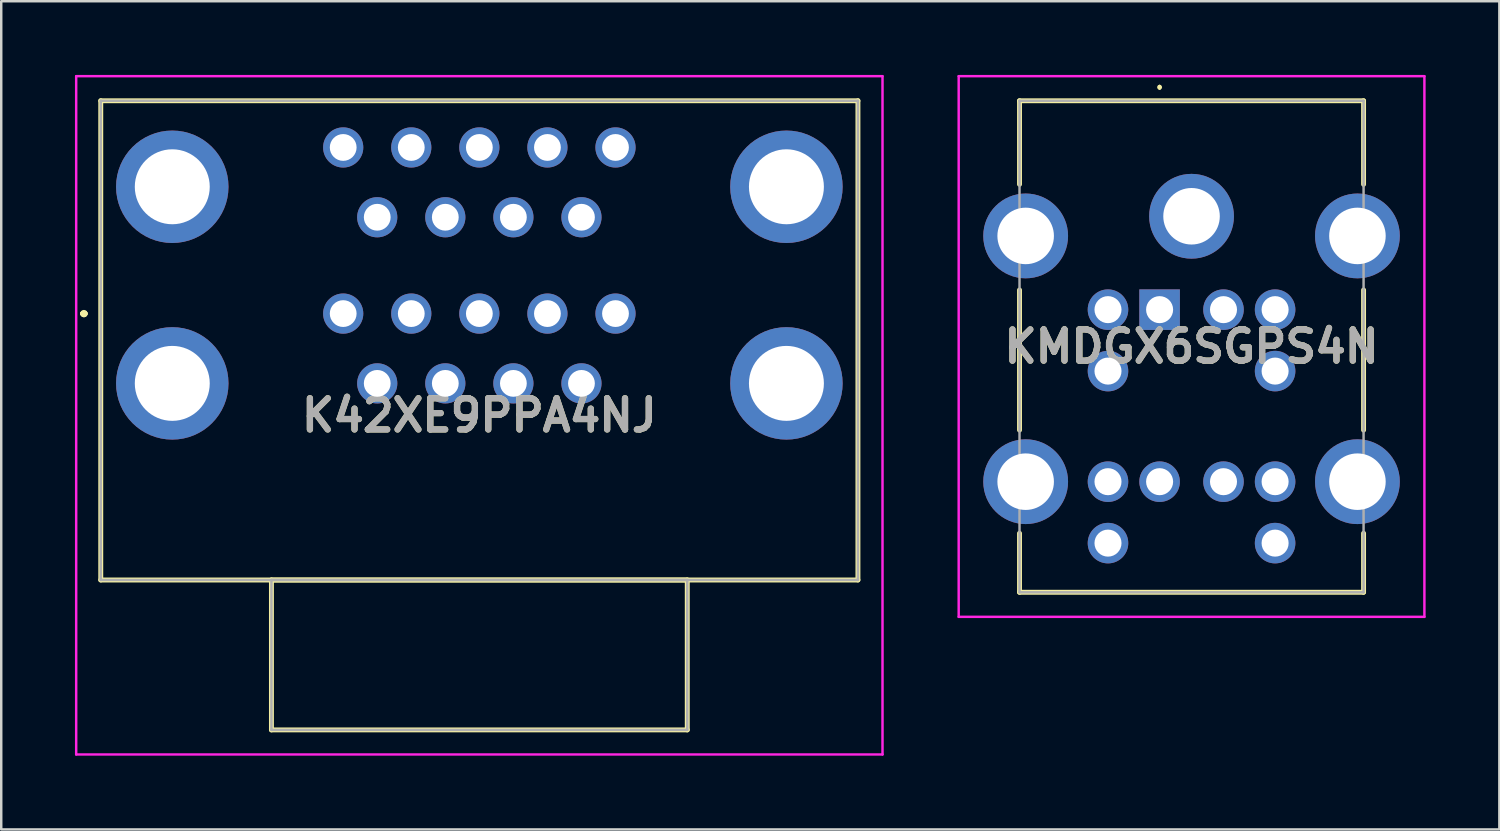
<source format=kicad_pcb>
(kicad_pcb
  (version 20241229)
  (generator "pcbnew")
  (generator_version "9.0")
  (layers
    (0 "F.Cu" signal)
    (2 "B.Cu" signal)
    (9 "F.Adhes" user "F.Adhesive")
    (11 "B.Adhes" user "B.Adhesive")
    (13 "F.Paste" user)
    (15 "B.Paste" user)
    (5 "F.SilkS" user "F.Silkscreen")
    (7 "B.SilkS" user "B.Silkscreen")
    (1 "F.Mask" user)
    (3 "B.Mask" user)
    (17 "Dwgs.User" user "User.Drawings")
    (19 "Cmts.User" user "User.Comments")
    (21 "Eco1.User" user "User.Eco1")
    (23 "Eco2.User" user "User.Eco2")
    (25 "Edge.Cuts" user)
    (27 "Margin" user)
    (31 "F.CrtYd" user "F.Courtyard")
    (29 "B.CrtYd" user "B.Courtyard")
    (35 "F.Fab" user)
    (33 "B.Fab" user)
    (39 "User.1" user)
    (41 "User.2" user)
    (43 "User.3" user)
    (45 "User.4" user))
  (footprint "K42XE9PPA4NJ"
    (layer "F.Cu")
    (at 10.915 9.71)
    (property "Reference" "K42XE9PPA4NJ" (at 5.54 4.14 0) (layer "F.SilkS") (effects (font (size 1.27 1.27) (thickness 0.254))))
    (attr through_hole)
    (fp_line (start -10.6 0) (end -10.6 0) (stroke (width 0.2) (type solid)) (layer "F.SilkS"))
    (fp_line (start -10.6 0) (end -10.6 0) (stroke (width 0.2) (type solid)) (layer "F.SilkS"))
    (fp_line (start -10.5 0) (end -10.5 0) (stroke (width 0.2) (type solid)) (layer "F.SilkS"))
    (fp_line (start -9.865 -8.66) (end -9.865 10.84) (stroke (width 0.2) (type solid)) (layer "F.SilkS"))
    (fp_line (start -9.865 10.84) (end 20.945 10.84) (stroke (width 0.2) (type solid)) (layer "F.SilkS"))
    (fp_line (start -2.92 10.84) (end 14 10.84) (stroke (width 0.2) (type solid)) (layer "F.SilkS"))
    (fp_line (start -2.92 16.94) (end -2.92 10.84) (stroke (width 0.2) (type solid)) (layer "F.SilkS"))
    (fp_line (start 14 10.84) (end 14 16.94) (stroke (width 0.2) (type solid)) (layer "F.SilkS"))
    (fp_line (start 14 16.94) (end -2.92 16.94) (stroke (width 0.2) (type solid)) (layer "F.SilkS"))
    (fp_line (start 20.945 -8.66) (end -9.865 -8.66) (stroke (width 0.2) (type solid)) (layer "F.SilkS"))
    (fp_line (start 20.945 10.84) (end 20.945 -8.66) (stroke (width 0.2) (type solid)) (layer "F.SilkS"))
    (fp_arc (start -10.6 0) (mid -10.55 -0.05) (end -10.5 0) (stroke (width 0.2) (type solid)) (layer "F.SilkS"))
    (fp_arc (start -10.5 0) (mid -10.55 0.05) (end -10.6 0) (stroke (width 0.2) (type solid)) (layer "F.SilkS"))
    (fp_arc (start -10.5 0) (mid -10.55 0.05) (end -10.6 0) (stroke (width 0.2) (type solid)) (layer "F.SilkS"))
    (fp_line (start -10.865 -9.66) (end 21.945 -9.66) (stroke (width 0.1) (type solid)) (layer "F.CrtYd"))
    (fp_line (start -10.865 17.94) (end -10.865 -9.66) (stroke (width 0.1) (type solid)) (layer "F.CrtYd"))
    (fp_line (start 21.945 -9.66) (end 21.945 17.94) (stroke (width 0.1) (type solid)) (layer "F.CrtYd"))
    (fp_line (start 21.945 17.94) (end -10.865 17.94) (stroke (width 0.1) (type solid)) (layer "F.CrtYd"))
    (fp_line (start -9.865 -8.66) (end -9.865 10.84) (stroke (width 0.1) (type solid)) (layer "F.Fab"))
    (fp_line (start -9.865 10.84) (end 20.945 10.84) (stroke (width 0.1) (type solid)) (layer "F.Fab"))
    (fp_line (start -2.92 10.84) (end 14 10.84) (stroke (width 0.1) (type solid)) (layer "F.Fab"))
    (fp_line (start -2.92 16.94) (end -2.92 10.84) (stroke (width 0.1) (type solid)) (layer "F.Fab"))
    (fp_line (start 14 10.84) (end 14 16.94) (stroke (width 0.1) (type solid)) (layer "F.Fab"))
    (fp_line (start 14 16.94) (end -2.92 16.94) (stroke (width 0.1) (type solid)) (layer "F.Fab"))
    (fp_line (start 20.945 -8.66) (end -9.865 -8.66) (stroke (width 0.1) (type solid)) (layer "F.Fab"))
    (fp_line (start 20.945 10.84) (end 20.945 -8.66) (stroke (width 0.1) (type solid)) (layer "F.Fab"))
    (fp_text user "${REFERENCE}" (at 5.54 4.14 0) (layer "F.Fab") (effects (font (size 1.27 1.27) (thickness 0.254))))
    (pad "A1" thru_hole circle (at 0 0) (size 1.635 1.635) (drill 1.09) (layers "*.Cu" "*.Mask"))
    (pad "A2" thru_hole circle (at 2.77 0) (size 1.635 1.635) (drill 1.09) (layers "*.Cu" "*.Mask"))
    (pad "A3" thru_hole circle (at 5.54 0) (size 1.635 1.635) (drill 1.09) (layers "*.Cu" "*.Mask"))
    (pad "A4" thru_hole circle (at 8.31 0) (size 1.635 1.635) (drill 1.09) (layers "*.Cu" "*.Mask"))
    (pad "A5" thru_hole circle (at 11.08 0) (size 1.635 1.635) (drill 1.09) (layers "*.Cu" "*.Mask"))
    (pad "A6" thru_hole circle (at 1.385 2.84) (size 1.635 1.635) (drill 1.09) (layers "*.Cu" "*.Mask"))
    (pad "A7" thru_hole circle (at 4.155 2.84) (size 1.635 1.635) (drill 1.09) (layers "*.Cu" "*.Mask"))
    (pad "A8" thru_hole circle (at 6.925 2.84) (size 1.635 1.635) (drill 1.09) (layers "*.Cu" "*.Mask"))
    (pad "A9" thru_hole circle (at 9.695 2.84) (size 1.635 1.635) (drill 1.09) (layers "*.Cu" "*.Mask"))
    (pad "B1" thru_hole circle (at 0 -6.76) (size 1.635 1.635) (drill 1.09) (layers "*.Cu" "*.Mask"))
    (pad "B2" thru_hole circle (at 2.77 -6.76) (size 1.635 1.635) (drill 1.09) (layers "*.Cu" "*.Mask"))
    (pad "B3" thru_hole circle (at 5.54 -6.76) (size 1.635 1.635) (drill 1.09) (layers "*.Cu" "*.Mask"))
    (pad "B4" thru_hole circle (at 8.31 -6.76) (size 1.635 1.635) (drill 1.09) (layers "*.Cu" "*.Mask"))
    (pad "B5" thru_hole circle (at 11.08 -6.76) (size 1.635 1.635) (drill 1.09) (layers "*.Cu" "*.Mask"))
    (pad "B6" thru_hole circle (at 1.385 -3.92) (size 1.635 1.635) (drill 1.09) (layers "*.Cu" "*.Mask"))
    (pad "B7" thru_hole circle (at 4.155 -3.92) (size 1.635 1.635) (drill 1.09) (layers "*.Cu" "*.Mask"))
    (pad "B8" thru_hole circle (at 6.925 -3.92) (size 1.635 1.635) (drill 1.09) (layers "*.Cu" "*.Mask"))
    (pad "B9" thru_hole circle (at 9.695 -3.92) (size 1.635 1.635) (drill 1.09) (layers "*.Cu" "*.Mask"))
    (pad "MH1" thru_hole circle (at -6.955 -5.16) (size 4.575 4.575) (drill 3.05) (layers "*.Cu" "*.Mask"))
    (pad "MH2" thru_hole circle (at 18.035 -5.16) (size 4.575 4.575) (drill 3.05) (layers "*.Cu" "*.Mask"))
    (pad "MH3" thru_hole circle (at -6.955 2.84) (size 4.575 4.575) (drill 3.05) (layers "*.Cu" "*.Mask"))
    (pad "MH4" thru_hole circle (at 18.035 2.84) (size 4.575 4.575) (drill 3.05) (layers "*.Cu" "*.Mask")))
  (footprint "KMDGX6SGPS4N"
    (layer "F.Cu")
    (at 44.135 9.55)
    (property "Reference" "KMDGX6SGPS4N" (at 1.3 1.5 0) (layer "F.SilkS") (effects (font (size 1.27 1.27) (thickness 0.254))))
    (attr through_hole)
    (fp_line (start -5.7 -8.5) (end -5.7 -5.1) (stroke (width 0.2) (type solid)) (layer "F.SilkS"))
    (fp_line (start -5.7 -0.8) (end -5.7 4.9) (stroke (width 0.2) (type solid)) (layer "F.SilkS"))
    (fp_line (start -5.7 11.5) (end -5.7 9.1) (stroke (width 0.2) (type solid)) (layer "F.SilkS"))
    (fp_line (start 0 -9.1) (end 0 -9.1) (stroke (width 0.1) (type solid)) (layer "F.SilkS"))
    (fp_line (start 0 -9) (end 0 -9) (stroke (width 0.1) (type solid)) (layer "F.SilkS"))
    (fp_line (start 8.3 -8.5) (end -5.7 -8.5) (stroke (width 0.2) (type solid)) (layer "F.SilkS"))
    (fp_line (start 8.3 -5.1) (end 8.3 -8.5) (stroke (width 0.2) (type solid)) (layer "F.SilkS"))
    (fp_line (start 8.3 -0.8) (end 8.3 4.9) (stroke (width 0.2) (type solid)) (layer "F.SilkS"))
    (fp_line (start 8.3 9.1) (end 8.3 11.5) (stroke (width 0.2) (type solid)) (layer "F.SilkS"))
    (fp_line (start 8.3 11.5) (end -5.7 11.5) (stroke (width 0.2) (type solid)) (layer "F.SilkS"))
    (fp_arc (start 0 -9.1) (mid 0.05 -9.05) (end 0 -9) (stroke (width 0.1) (type solid)) (layer "F.SilkS"))
    (fp_arc (start 0 -9) (mid -0.05 -9.05) (end 0 -9.1) (stroke (width 0.1) (type solid)) (layer "F.SilkS"))
    (fp_line (start -8.175 -9.5) (end -8.175 12.5) (stroke (width 0.1) (type solid)) (layer "F.CrtYd"))
    (fp_line (start -8.175 12.5) (end 10.775 12.5) (stroke (width 0.1) (type solid)) (layer "F.CrtYd"))
    (fp_line (start 10.775 -9.5) (end -8.175 -9.5) (stroke (width 0.1) (type solid)) (layer "F.CrtYd"))
    (fp_line (start 10.775 12.5) (end 10.775 -9.5) (stroke (width 0.1) (type solid)) (layer "F.CrtYd"))
    (fp_line (start -5.7 -8.5) (end -5.7 11.5) (stroke (width 0.1) (type solid)) (layer "F.Fab"))
    (fp_line (start -5.7 11.5) (end 8.3 11.5) (stroke (width 0.1) (type solid)) (layer "F.Fab"))
    (fp_line (start 8.3 -8.5) (end -5.7 -8.5) (stroke (width 0.1) (type solid)) (layer "F.Fab"))
    (fp_line (start 8.3 11.5) (end 8.3 -8.5) (stroke (width 0.1) (type solid)) (layer "F.Fab"))
    (fp_text user "${REFERENCE}" (at 1.3 1.5 0) (layer "F.Fab") (effects (font (size 1.27 1.27) (thickness 0.254))))
    (pad "A1" thru_hole rect (at 0 0) (size 1.65 1.65) (drill 1.1) (layers "*.Cu" "*.Mask"))
    (pad "A2" thru_hole circle (at 2.6 0) (size 1.65 1.65) (drill 1.1) (layers "*.Cu" "*.Mask"))
    (pad "A3" thru_hole circle (at -2.1 0) (size 1.65 1.65) (drill 1.1) (layers "*.Cu" "*.Mask"))
    (pad "A5" thru_hole circle (at 4.7 0) (size 1.65 1.65) (drill 1.1) (layers "*.Cu" "*.Mask"))
    (pad "A6" thru_hole circle (at -2.1 2.5) (size 1.65 1.65) (drill 1.1) (layers "*.Cu" "*.Mask"))
    (pad "A8" thru_hole circle (at 4.7 2.5) (size 1.65 1.65) (drill 1.1) (layers "*.Cu" "*.Mask"))
    (pad "B1" thru_hole circle (at 0 7) (size 1.65 1.65) (drill 1.1) (layers "*.Cu" "*.Mask"))
    (pad "B2" thru_hole circle (at 2.6 7) (size 1.65 1.65) (drill 1.1) (layers "*.Cu" "*.Mask"))
    (pad "B3" thru_hole circle (at -2.1 7) (size 1.65 1.65) (drill 1.1) (layers "*.Cu" "*.Mask"))
    (pad "B5" thru_hole circle (at 4.7 7) (size 1.65 1.65) (drill 1.1) (layers "*.Cu" "*.Mask"))
    (pad "B6" thru_hole circle (at -2.1 9.5) (size 1.65 1.65) (drill 1.1) (layers "*.Cu" "*.Mask"))
    (pad "B8" thru_hole circle (at 4.7 9.5) (size 1.65 1.65) (drill 1.1) (layers "*.Cu" "*.Mask"))
    (pad "MH1" thru_hole circle (at 1.3 -3.8) (size 3.45 3.45) (drill 2.3) (layers "*.Cu" "*.Mask"))
    (pad "MH2" thru_hole circle (at -5.45 -3) (size 3.45 3.45) (drill 2.3) (layers "*.Cu" "*.Mask"))
    (pad "MH3" thru_hole circle (at 8.05 -3) (size 3.45 3.45) (drill 2.3) (layers "*.Cu" "*.Mask"))
    (pad "MH4" thru_hole circle (at -5.45 7) (size 3.45 3.45) (drill 2.3) (layers "*.Cu" "*.Mask"))
    (pad "MH5" thru_hole circle (at 8.05 7) (size 3.45 3.45) (drill 2.3) (layers "*.Cu" "*.Mask")))
  (gr_rect
    (start -3 -3)
    (end 57.96 30.7)
    (stroke (width 0.1) (type default))
    (fill no)
    (layer "Edge.Cuts")))
</source>
